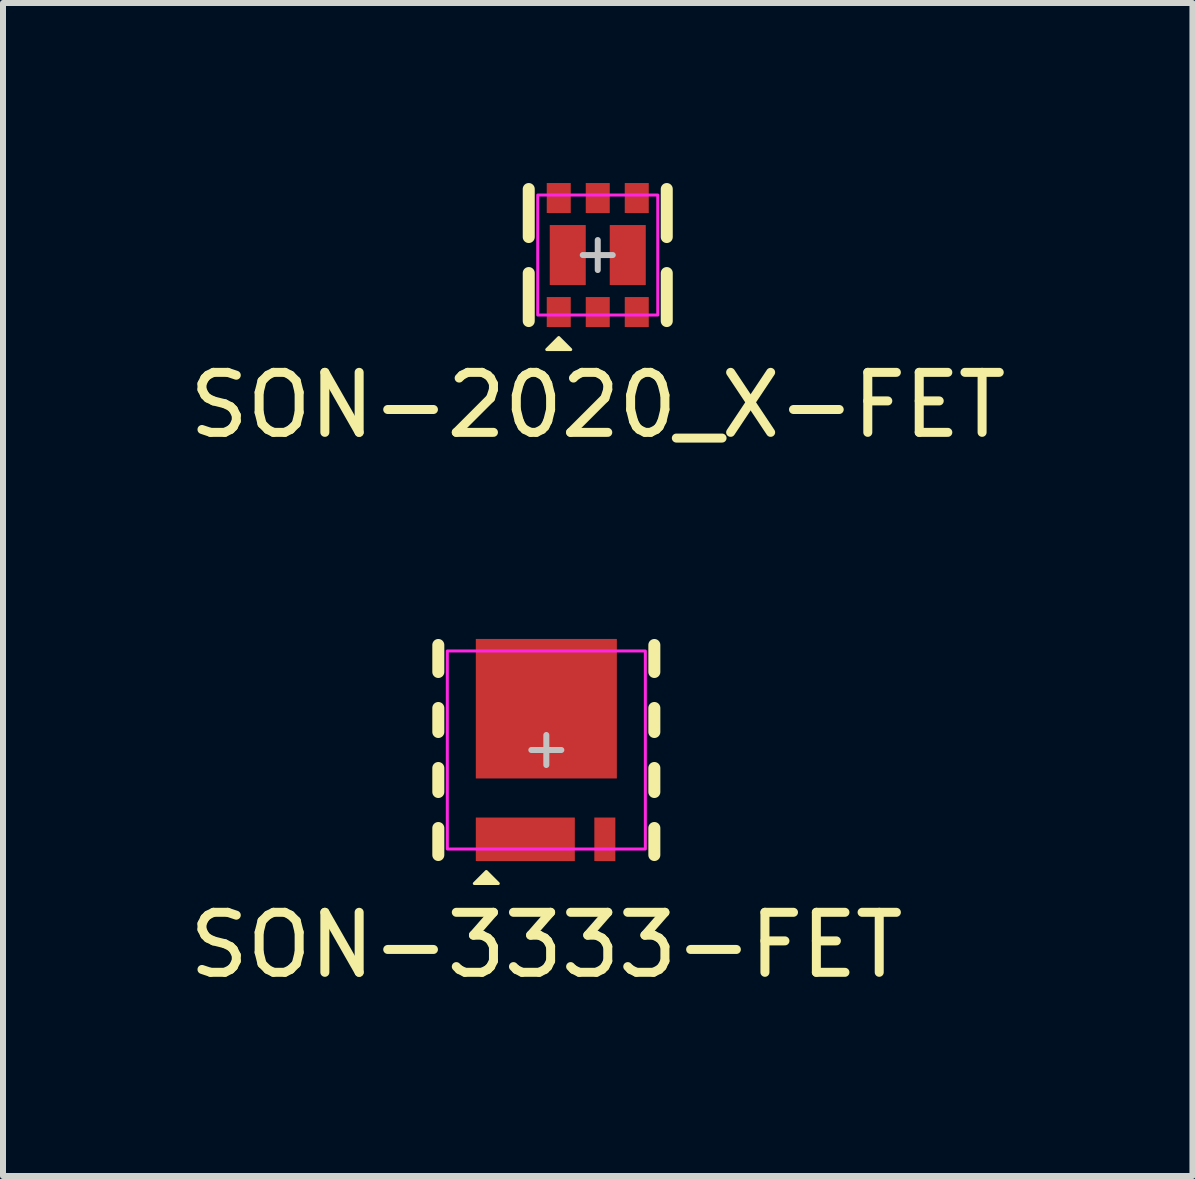
<source format=kicad_pcb>
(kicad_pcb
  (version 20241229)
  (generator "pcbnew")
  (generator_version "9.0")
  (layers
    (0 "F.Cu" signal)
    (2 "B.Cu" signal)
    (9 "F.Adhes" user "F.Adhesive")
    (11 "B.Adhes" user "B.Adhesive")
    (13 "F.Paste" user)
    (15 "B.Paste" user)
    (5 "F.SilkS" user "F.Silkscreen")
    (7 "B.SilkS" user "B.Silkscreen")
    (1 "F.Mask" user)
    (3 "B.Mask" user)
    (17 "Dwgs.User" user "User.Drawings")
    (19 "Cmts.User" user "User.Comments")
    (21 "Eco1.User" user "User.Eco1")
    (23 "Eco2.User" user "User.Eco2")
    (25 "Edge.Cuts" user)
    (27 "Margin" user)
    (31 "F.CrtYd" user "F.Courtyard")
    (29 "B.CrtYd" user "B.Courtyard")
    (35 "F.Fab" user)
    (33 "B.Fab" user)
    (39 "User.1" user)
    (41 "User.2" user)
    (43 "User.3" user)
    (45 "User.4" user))
  (footprint "SON-3333-FET"
    (layer "F.Cu")
    (at 6.054 9.448)
    (property "Reference" "SON-3333-FET" (at 0 3.25 0) (unlocked yes) (layer "F.SilkS") (effects (font (size 1 1) (thickness 0.15))))
    (attr smd)
    (fp_rect (start -1.175 1.125) (end -0.825 1.85) (stroke (width 0.1) (type solid)) (fill yes) (layer "F.Mask"))
    (fp_rect (start -0.525 1.125) (end -0.175 1.85) (stroke (width 0.1) (type solid)) (fill yes) (layer "F.Mask"))
    (fp_rect (start 0.125 1.125) (end 0.475 1.85) (stroke (width 0.1) (type solid)) (fill yes) (layer "F.Mask"))
    (fp_poly (pts (xy -0.8 -1.325) (xy -0.5 -1.325) (xy -0.5 -1.85) (xy -0.15 -1.85) (xy -0.15 -1.325) (xy 0.15 -1.325) (xy 0.15 -1.85) (xy 0.5 -1.85) (xy 0.5 -1.325) (xy 0.8 -1.325) (xy 0.8 -1.85) (xy 1.175 -1.85) (xy 1.175 0.475) (xy -1.175 0.475) (xy -1.175 -1.85) (xy -0.8 -1.85)) (stroke (width 0.1) (type solid)) (fill yes) (layer "F.Mask"))
    (fp_line (start -1.8 -1.75) (end -1.8 -1.3) (stroke (width 0.2) (type solid)) (layer "F.SilkS"))
    (fp_line (start -1.8 -0.7) (end -1.8 -0.3) (stroke (width 0.2) (type solid)) (layer "F.SilkS"))
    (fp_line (start -1.8 0.3) (end -1.8 0.7) (stroke (width 0.2) (type solid)) (layer "F.SilkS"))
    (fp_line (start -1.8 1.3) (end -1.8 1.75) (stroke (width 0.2) (type solid)) (layer "F.SilkS"))
    (fp_line (start 1.8 -1.75) (end 1.8 -1.3) (stroke (width 0.2) (type solid)) (layer "F.SilkS"))
    (fp_line (start 1.8 -0.7) (end 1.8 -0.3) (stroke (width 0.2) (type solid)) (layer "F.SilkS"))
    (fp_line (start 1.8 0.3) (end 1.8 0.7) (stroke (width 0.2) (type solid)) (layer "F.SilkS"))
    (fp_line (start 1.8 1.3) (end 1.8 1.75) (stroke (width 0.2) (type solid)) (layer "F.SilkS"))
    (fp_poly (pts (xy -1.2 2.225) (xy -1 2.025) (xy -0.8 2.225)) (stroke (width 0.05) (type solid)) (fill yes) (layer "F.SilkS"))
    (fp_rect (start -1.125 1.175) (end -0.85 1.8) (stroke (width 0) (type solid)) (fill yes) (layer "F.Paste"))
    (fp_rect (start -1.1 -1.775) (end -0.825 -1.45) (stroke (width 0) (type solid)) (fill yes) (layer "F.Paste"))
    (fp_rect (start -1.05 -1.25) (end -0.1 -0.55) (stroke (width 0) (type solid)) (fill yes) (layer "F.Paste"))
    (fp_rect (start -1.05 -0.35) (end -0.1 0.35) (stroke (width 0) (type solid)) (fill yes) (layer "F.Paste"))
    (fp_rect (start -0.5 1.175) (end -0.2 1.8) (stroke (width 0) (type solid)) (fill yes) (layer "F.Paste"))
    (fp_rect (start -0.475 -1.775) (end -0.175 -1.45) (stroke (width 0) (type solid)) (fill yes) (layer "F.Paste"))
    (fp_rect (start 0.1 -1.25) (end 1.05 -0.55) (stroke (width 0) (type solid)) (fill yes) (layer "F.Paste"))
    (fp_rect (start 0.1 -0.35) (end 1.05 0.35) (stroke (width 0) (type solid)) (fill yes) (layer "F.Paste"))
    (fp_rect (start 0.15 1.175) (end 0.425 1.8) (stroke (width 0) (type solid)) (fill yes) (layer "F.Paste"))
    (fp_rect (start 0.175 -1.775) (end 0.475 -1.45) (stroke (width 0) (type solid)) (fill yes) (layer "F.Paste"))
    (fp_rect (start 0.825 -1.775) (end 1.1 -1.45) (stroke (width 0) (type solid)) (fill yes) (layer "F.Paste"))
    (fp_line (start -0.25 0) (end 0.25 0) (stroke (width 0.1) (type solid)) (layer "Dwgs.User"))
    (fp_line (start 0 -0.25) (end 0 0.25) (stroke (width 0.1) (type solid)) (layer "Dwgs.User"))
    (fp_rect (start -1.65 -1.65) (end 1.65 1.65) (stroke (width 0.05) (type solid)) (fill no) (layer "F.CrtYd"))
    (pad "D" smd rect (at 0 -0.688) (size 2.35 2.325) (layers "F.Cu"))
    (pad "G" smd rect (at 0.975 1.488 90) (size 0.725 0.35) (layers "F.Cu" "F.Mask" "F.Paste"))
    (pad "S" smd rect (at -0.35 1.488) (size 1.65 0.725) (layers "F.Cu")))
  (footprint "SON-2020_X-FET"
    (layer "F.Cu")
    (at 6.911 1.2)
    (property "Reference" "SON-2020_X-FET" (at 0 2.5 0) (unlocked yes) (layer "F.SilkS") (effects (font (size 1 1) (thickness 0.15))))
    (attr smd)
    (fp_line (start -1.15 -0.3) (end -1.15 -1.1) (stroke (width 0.2) (type solid)) (layer "F.SilkS"))
    (fp_line (start -1.15 1.1) (end -1.15 0.3) (stroke (width 0.2) (type solid)) (layer "F.SilkS"))
    (fp_line (start 1.15 -0.3) (end 1.15 -1.1) (stroke (width 0.2) (type solid)) (layer "F.SilkS"))
    (fp_line (start 1.15 1.1) (end 1.15 0.3) (stroke (width 0.2) (type solid)) (layer "F.SilkS"))
    (fp_poly (pts (xy -0.85 1.575) (xy -0.65 1.375) (xy -0.45 1.575)) (stroke (width 0.05) (type solid)) (fill yes) (layer "F.SilkS"))
    (fp_line (start 0 -0.25) (end 0 0.25) (stroke (width 0.1) (type solid)) (layer "Dwgs.User"))
    (fp_line (start 0.25 0) (end -0.25 0) (stroke (width 0.1) (type solid)) (layer "Dwgs.User"))
    (fp_rect (start -1 -1) (end 1 1) (stroke (width 0.05) (type solid)) (fill no) (layer "F.CrtYd"))
    (pad "D1" smd rect (at -0.65 -0.95 90) (size 0.5 0.4) (layers "F.Cu" "F.Mask" "F.Paste"))
    (pad "D1" smd rect (at -0.5 0 90) (size 1 0.6) (layers "F.Cu" "F.Mask" "F.Paste"))
    (pad "D2" smd rect (at 0.5 0 90) (size 1 0.6) (layers "F.Cu" "F.Mask" "F.Paste"))
    (pad "D2" smd rect (at 0.65 0.95 90) (size 0.5 0.4) (layers "F.Cu" "F.Mask" "F.Paste"))
    (pad "G1" smd rect (at 0 0.95 90) (size 0.5 0.4) (layers "F.Cu" "F.Mask" "F.Paste"))
    (pad "G2" smd rect (at 0 -0.95 90) (size 0.5 0.4) (layers "F.Cu" "F.Mask" "F.Paste"))
    (pad "S1" smd rect (at -0.65 0.95 90) (size 0.5 0.4) (layers "F.Cu" "F.Mask" "F.Paste"))
    (pad "S2" smd rect (at 0.65 -0.95 90) (size 0.5 0.4) (layers "F.Cu" "F.Mask" "F.Paste")))
  (gr_rect
    (start -3 -3)
    (end 16.821 16.547)
    (stroke (width 0.1) (type default))
    (fill no)
    (layer "Edge.Cuts")))
</source>
